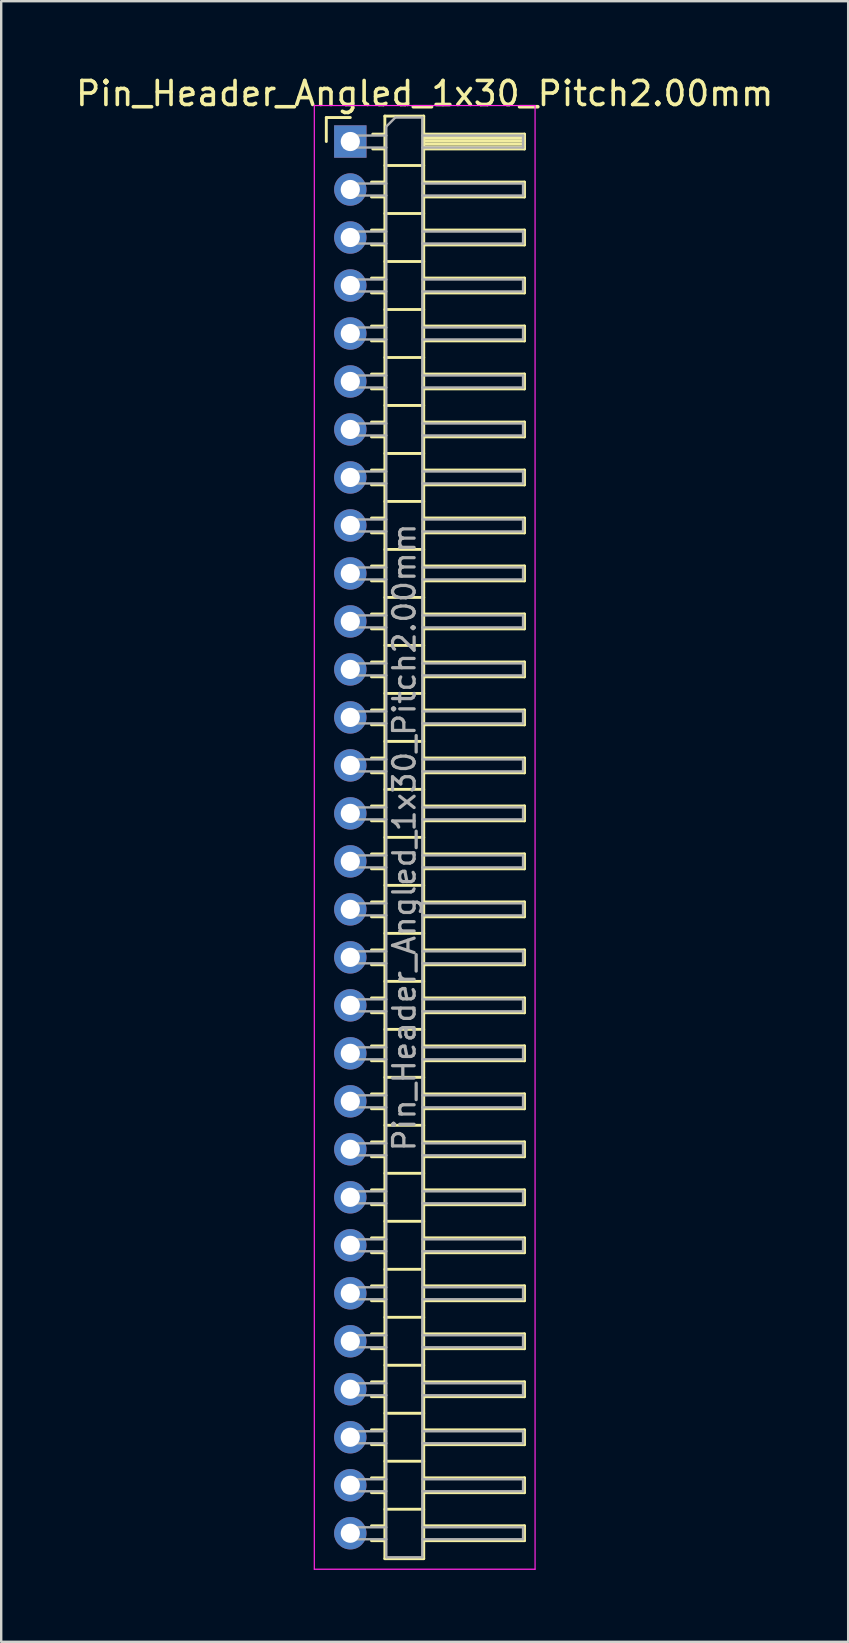
<source format=kicad_pcb>
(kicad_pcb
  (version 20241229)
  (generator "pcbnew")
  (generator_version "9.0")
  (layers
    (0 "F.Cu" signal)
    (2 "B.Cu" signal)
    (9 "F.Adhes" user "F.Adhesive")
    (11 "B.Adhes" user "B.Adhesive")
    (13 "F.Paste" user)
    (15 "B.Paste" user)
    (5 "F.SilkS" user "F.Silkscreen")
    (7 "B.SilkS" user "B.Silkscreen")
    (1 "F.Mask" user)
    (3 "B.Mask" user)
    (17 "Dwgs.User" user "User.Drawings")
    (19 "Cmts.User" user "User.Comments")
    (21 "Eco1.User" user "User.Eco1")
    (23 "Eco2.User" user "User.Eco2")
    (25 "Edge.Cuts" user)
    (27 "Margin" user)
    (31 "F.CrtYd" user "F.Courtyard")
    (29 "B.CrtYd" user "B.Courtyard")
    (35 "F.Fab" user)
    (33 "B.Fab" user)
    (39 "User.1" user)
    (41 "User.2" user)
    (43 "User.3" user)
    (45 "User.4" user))
  (footprint "Pin_Header_Angled_1x30_Pitch2.00mm"
    (layer "F.Cu")
    (at 11.549 2.848)
    (property "Reference" "Pin_Header_Angled_1x30_Pitch2.00mm" (at 3.1 -2 0) (layer "F.SilkS") (effects (font (size 1 1) (thickness 0.15))))
    (attr through_hole)
    (fp_line (start -1 -1) (end 0 -1) (stroke (width 0.12) (type solid)) (layer "F.SilkS"))
    (fp_line (start -1 0) (end -1 -1) (stroke (width 0.12) (type solid)) (layer "F.SilkS"))
    (fp_line (start 0.882 1.69) (end 1.44 1.69) (stroke (width 0.12) (type solid)) (layer "F.SilkS"))
    (fp_line (start 0.882 2.31) (end 1.44 2.31) (stroke (width 0.12) (type solid)) (layer "F.SilkS"))
    (fp_line (start 0.882 3.69) (end 1.44 3.69) (stroke (width 0.12) (type solid)) (layer "F.SilkS"))
    (fp_line (start 0.882 4.31) (end 1.44 4.31) (stroke (width 0.12) (type solid)) (layer "F.SilkS"))
    (fp_line (start 0.882 5.69) (end 1.44 5.69) (stroke (width 0.12) (type solid)) (layer "F.SilkS"))
    (fp_line (start 0.882 6.31) (end 1.44 6.31) (stroke (width 0.12) (type solid)) (layer "F.SilkS"))
    (fp_line (start 0.882 7.69) (end 1.44 7.69) (stroke (width 0.12) (type solid)) (layer "F.SilkS"))
    (fp_line (start 0.882 8.31) (end 1.44 8.31) (stroke (width 0.12) (type solid)) (layer "F.SilkS"))
    (fp_line (start 0.882 9.69) (end 1.44 9.69) (stroke (width 0.12) (type solid)) (layer "F.SilkS"))
    (fp_line (start 0.882 10.31) (end 1.44 10.31) (stroke (width 0.12) (type solid)) (layer "F.SilkS"))
    (fp_line (start 0.882 11.69) (end 1.44 11.69) (stroke (width 0.12) (type solid)) (layer "F.SilkS"))
    (fp_line (start 0.882 12.31) (end 1.44 12.31) (stroke (width 0.12) (type solid)) (layer "F.SilkS"))
    (fp_line (start 0.882 13.69) (end 1.44 13.69) (stroke (width 0.12) (type solid)) (layer "F.SilkS"))
    (fp_line (start 0.882 14.31) (end 1.44 14.31) (stroke (width 0.12) (type solid)) (layer "F.SilkS"))
    (fp_line (start 0.882 15.69) (end 1.44 15.69) (stroke (width 0.12) (type solid)) (layer "F.SilkS"))
    (fp_line (start 0.882 16.31) (end 1.44 16.31) (stroke (width 0.12) (type solid)) (layer "F.SilkS"))
    (fp_line (start 0.882 17.69) (end 1.44 17.69) (stroke (width 0.12) (type solid)) (layer "F.SilkS"))
    (fp_line (start 0.882 18.31) (end 1.44 18.31) (stroke (width 0.12) (type solid)) (layer "F.SilkS"))
    (fp_line (start 0.882 19.69) (end 1.44 19.69) (stroke (width 0.12) (type solid)) (layer "F.SilkS"))
    (fp_line (start 0.882 20.31) (end 1.44 20.31) (stroke (width 0.12) (type solid)) (layer "F.SilkS"))
    (fp_line (start 0.882 21.69) (end 1.44 21.69) (stroke (width 0.12) (type solid)) (layer "F.SilkS"))
    (fp_line (start 0.882 22.31) (end 1.44 22.31) (stroke (width 0.12) (type solid)) (layer "F.SilkS"))
    (fp_line (start 0.882 23.69) (end 1.44 23.69) (stroke (width 0.12) (type solid)) (layer "F.SilkS"))
    (fp_line (start 0.882 24.31) (end 1.44 24.31) (stroke (width 0.12) (type solid)) (layer "F.SilkS"))
    (fp_line (start 0.882 25.69) (end 1.44 25.69) (stroke (width 0.12) (type solid)) (layer "F.SilkS"))
    (fp_line (start 0.882 26.31) (end 1.44 26.31) (stroke (width 0.12) (type solid)) (layer "F.SilkS"))
    (fp_line (start 0.882 27.69) (end 1.44 27.69) (stroke (width 0.12) (type solid)) (layer "F.SilkS"))
    (fp_line (start 0.882 28.31) (end 1.44 28.31) (stroke (width 0.12) (type solid)) (layer "F.SilkS"))
    (fp_line (start 0.882 29.69) (end 1.44 29.69) (stroke (width 0.12) (type solid)) (layer "F.SilkS"))
    (fp_line (start 0.882 30.31) (end 1.44 30.31) (stroke (width 0.12) (type solid)) (layer "F.SilkS"))
    (fp_line (start 0.882 31.69) (end 1.44 31.69) (stroke (width 0.12) (type solid)) (layer "F.SilkS"))
    (fp_line (start 0.882 32.31) (end 1.44 32.31) (stroke (width 0.12) (type solid)) (layer "F.SilkS"))
    (fp_line (start 0.882 33.69) (end 1.44 33.69) (stroke (width 0.12) (type solid)) (layer "F.SilkS"))
    (fp_line (start 0.882 34.31) (end 1.44 34.31) (stroke (width 0.12) (type solid)) (layer "F.SilkS"))
    (fp_line (start 0.882 35.69) (end 1.44 35.69) (stroke (width 0.12) (type solid)) (layer "F.SilkS"))
    (fp_line (start 0.882 36.31) (end 1.44 36.31) (stroke (width 0.12) (type solid)) (layer "F.SilkS"))
    (fp_line (start 0.882 37.69) (end 1.44 37.69) (stroke (width 0.12) (type solid)) (layer "F.SilkS"))
    (fp_line (start 0.882 38.31) (end 1.44 38.31) (stroke (width 0.12) (type solid)) (layer "F.SilkS"))
    (fp_line (start 0.882 39.69) (end 1.44 39.69) (stroke (width 0.12) (type solid)) (layer "F.SilkS"))
    (fp_line (start 0.882 40.31) (end 1.44 40.31) (stroke (width 0.12) (type solid)) (layer "F.SilkS"))
    (fp_line (start 0.882 41.69) (end 1.44 41.69) (stroke (width 0.12) (type solid)) (layer "F.SilkS"))
    (fp_line (start 0.882 42.31) (end 1.44 42.31) (stroke (width 0.12) (type solid)) (layer "F.SilkS"))
    (fp_line (start 0.882 43.69) (end 1.44 43.69) (stroke (width 0.12) (type solid)) (layer "F.SilkS"))
    (fp_line (start 0.882 44.31) (end 1.44 44.31) (stroke (width 0.12) (type solid)) (layer "F.SilkS"))
    (fp_line (start 0.882 45.69) (end 1.44 45.69) (stroke (width 0.12) (type solid)) (layer "F.SilkS"))
    (fp_line (start 0.882 46.31) (end 1.44 46.31) (stroke (width 0.12) (type solid)) (layer "F.SilkS"))
    (fp_line (start 0.882 47.69) (end 1.44 47.69) (stroke (width 0.12) (type solid)) (layer "F.SilkS"))
    (fp_line (start 0.882 48.31) (end 1.44 48.31) (stroke (width 0.12) (type solid)) (layer "F.SilkS"))
    (fp_line (start 0.882 49.69) (end 1.44 49.69) (stroke (width 0.12) (type solid)) (layer "F.SilkS"))
    (fp_line (start 0.882 50.31) (end 1.44 50.31) (stroke (width 0.12) (type solid)) (layer "F.SilkS"))
    (fp_line (start 0.882 51.69) (end 1.44 51.69) (stroke (width 0.12) (type solid)) (layer "F.SilkS"))
    (fp_line (start 0.882 52.31) (end 1.44 52.31) (stroke (width 0.12) (type solid)) (layer "F.SilkS"))
    (fp_line (start 0.882 53.69) (end 1.44 53.69) (stroke (width 0.12) (type solid)) (layer "F.SilkS"))
    (fp_line (start 0.882 54.31) (end 1.44 54.31) (stroke (width 0.12) (type solid)) (layer "F.SilkS"))
    (fp_line (start 0.882 55.69) (end 1.44 55.69) (stroke (width 0.12) (type solid)) (layer "F.SilkS"))
    (fp_line (start 0.882 56.31) (end 1.44 56.31) (stroke (width 0.12) (type solid)) (layer "F.SilkS"))
    (fp_line (start 0.882 57.69) (end 1.44 57.69) (stroke (width 0.12) (type solid)) (layer "F.SilkS"))
    (fp_line (start 0.882 58.31) (end 1.44 58.31) (stroke (width 0.12) (type solid)) (layer "F.SilkS"))
    (fp_line (start 0.935 -0.31) (end 1.44 -0.31) (stroke (width 0.12) (type solid)) (layer "F.SilkS"))
    (fp_line (start 0.935 0.31) (end 1.44 0.31) (stroke (width 0.12) (type solid)) (layer "F.SilkS"))
    (fp_line (start 1.44 -1.06) (end 1.44 59.06) (stroke (width 0.12) (type solid)) (layer "F.SilkS"))
    (fp_line (start 1.44 1) (end 3.06 1) (stroke (width 0.12) (type solid)) (layer "F.SilkS"))
    (fp_line (start 1.44 3) (end 3.06 3) (stroke (width 0.12) (type solid)) (layer "F.SilkS"))
    (fp_line (start 1.44 5) (end 3.06 5) (stroke (width 0.12) (type solid)) (layer "F.SilkS"))
    (fp_line (start 1.44 7) (end 3.06 7) (stroke (width 0.12) (type solid)) (layer "F.SilkS"))
    (fp_line (start 1.44 9) (end 3.06 9) (stroke (width 0.12) (type solid)) (layer "F.SilkS"))
    (fp_line (start 1.44 11) (end 3.06 11) (stroke (width 0.12) (type solid)) (layer "F.SilkS"))
    (fp_line (start 1.44 13) (end 3.06 13) (stroke (width 0.12) (type solid)) (layer "F.SilkS"))
    (fp_line (start 1.44 15) (end 3.06 15) (stroke (width 0.12) (type solid)) (layer "F.SilkS"))
    (fp_line (start 1.44 17) (end 3.06 17) (stroke (width 0.12) (type solid)) (layer "F.SilkS"))
    (fp_line (start 1.44 19) (end 3.06 19) (stroke (width 0.12) (type solid)) (layer "F.SilkS"))
    (fp_line (start 1.44 21) (end 3.06 21) (stroke (width 0.12) (type solid)) (layer "F.SilkS"))
    (fp_line (start 1.44 23) (end 3.06 23) (stroke (width 0.12) (type solid)) (layer "F.SilkS"))
    (fp_line (start 1.44 25) (end 3.06 25) (stroke (width 0.12) (type solid)) (layer "F.SilkS"))
    (fp_line (start 1.44 27) (end 3.06 27) (stroke (width 0.12) (type solid)) (layer "F.SilkS"))
    (fp_line (start 1.44 29) (end 3.06 29) (stroke (width 0.12) (type solid)) (layer "F.SilkS"))
    (fp_line (start 1.44 31) (end 3.06 31) (stroke (width 0.12) (type solid)) (layer "F.SilkS"))
    (fp_line (start 1.44 33) (end 3.06 33) (stroke (width 0.12) (type solid)) (layer "F.SilkS"))
    (fp_line (start 1.44 35) (end 3.06 35) (stroke (width 0.12) (type solid)) (layer "F.SilkS"))
    (fp_line (start 1.44 37) (end 3.06 37) (stroke (width 0.12) (type solid)) (layer "F.SilkS"))
    (fp_line (start 1.44 39) (end 3.06 39) (stroke (width 0.12) (type solid)) (layer "F.SilkS"))
    (fp_line (start 1.44 41) (end 3.06 41) (stroke (width 0.12) (type solid)) (layer "F.SilkS"))
    (fp_line (start 1.44 43) (end 3.06 43) (stroke (width 0.12) (type solid)) (layer "F.SilkS"))
    (fp_line (start 1.44 45) (end 3.06 45) (stroke (width 0.12) (type solid)) (layer "F.SilkS"))
    (fp_line (start 1.44 47) (end 3.06 47) (stroke (width 0.12) (type solid)) (layer "F.SilkS"))
    (fp_line (start 1.44 49) (end 3.06 49) (stroke (width 0.12) (type solid)) (layer "F.SilkS"))
    (fp_line (start 1.44 51) (end 3.06 51) (stroke (width 0.12) (type solid)) (layer "F.SilkS"))
    (fp_line (start 1.44 53) (end 3.06 53) (stroke (width 0.12) (type solid)) (layer "F.SilkS"))
    (fp_line (start 1.44 55) (end 3.06 55) (stroke (width 0.12) (type solid)) (layer "F.SilkS"))
    (fp_line (start 1.44 57) (end 3.06 57) (stroke (width 0.12) (type solid)) (layer "F.SilkS"))
    (fp_line (start 1.44 59.06) (end 3.06 59.06) (stroke (width 0.12) (type solid)) (layer "F.SilkS"))
    (fp_line (start 3.06 -1.06) (end 1.44 -1.06) (stroke (width 0.12) (type solid)) (layer "F.SilkS"))
    (fp_line (start 3.06 -0.31) (end 7.26 -0.31) (stroke (width 0.12) (type solid)) (layer "F.SilkS"))
    (fp_line (start 3.06 -0.25) (end 7.26 -0.25) (stroke (width 0.12) (type solid)) (layer "F.SilkS"))
    (fp_line (start 3.06 -0.13) (end 7.26 -0.13) (stroke (width 0.12) (type solid)) (layer "F.SilkS"))
    (fp_line (start 3.06 -0.01) (end 7.26 -0.01) (stroke (width 0.12) (type solid)) (layer "F.SilkS"))
    (fp_line (start 3.06 0.11) (end 7.26 0.11) (stroke (width 0.12) (type solid)) (layer "F.SilkS"))
    (fp_line (start 3.06 0.23) (end 7.26 0.23) (stroke (width 0.12) (type solid)) (layer "F.SilkS"))
    (fp_line (start 3.06 1.69) (end 7.26 1.69) (stroke (width 0.12) (type solid)) (layer "F.SilkS"))
    (fp_line (start 3.06 3.69) (end 7.26 3.69) (stroke (width 0.12) (type solid)) (layer "F.SilkS"))
    (fp_line (start 3.06 5.69) (end 7.26 5.69) (stroke (width 0.12) (type solid)) (layer "F.SilkS"))
    (fp_line (start 3.06 7.69) (end 7.26 7.69) (stroke (width 0.12) (type solid)) (layer "F.SilkS"))
    (fp_line (start 3.06 9.69) (end 7.26 9.69) (stroke (width 0.12) (type solid)) (layer "F.SilkS"))
    (fp_line (start 3.06 11.69) (end 7.26 11.69) (stroke (width 0.12) (type solid)) (layer "F.SilkS"))
    (fp_line (start 3.06 13.69) (end 7.26 13.69) (stroke (width 0.12) (type solid)) (layer "F.SilkS"))
    (fp_line (start 3.06 15.69) (end 7.26 15.69) (stroke (width 0.12) (type solid)) (layer "F.SilkS"))
    (fp_line (start 3.06 17.69) (end 7.26 17.69) (stroke (width 0.12) (type solid)) (layer "F.SilkS"))
    (fp_line (start 3.06 19.69) (end 7.26 19.69) (stroke (width 0.12) (type solid)) (layer "F.SilkS"))
    (fp_line (start 3.06 21.69) (end 7.26 21.69) (stroke (width 0.12) (type solid)) (layer "F.SilkS"))
    (fp_line (start 3.06 23.69) (end 7.26 23.69) (stroke (width 0.12) (type solid)) (layer "F.SilkS"))
    (fp_line (start 3.06 25.69) (end 7.26 25.69) (stroke (width 0.12) (type solid)) (layer "F.SilkS"))
    (fp_line (start 3.06 27.69) (end 7.26 27.69) (stroke (width 0.12) (type solid)) (layer "F.SilkS"))
    (fp_line (start 3.06 29.69) (end 7.26 29.69) (stroke (width 0.12) (type solid)) (layer "F.SilkS"))
    (fp_line (start 3.06 31.69) (end 7.26 31.69) (stroke (width 0.12) (type solid)) (layer "F.SilkS"))
    (fp_line (start 3.06 33.69) (end 7.26 33.69) (stroke (width 0.12) (type solid)) (layer "F.SilkS"))
    (fp_line (start 3.06 35.69) (end 7.26 35.69) (stroke (width 0.12) (type solid)) (layer "F.SilkS"))
    (fp_line (start 3.06 37.69) (end 7.26 37.69) (stroke (width 0.12) (type solid)) (layer "F.SilkS"))
    (fp_line (start 3.06 39.69) (end 7.26 39.69) (stroke (width 0.12) (type solid)) (layer "F.SilkS"))
    (fp_line (start 3.06 41.69) (end 7.26 41.69) (stroke (width 0.12) (type solid)) (layer "F.SilkS"))
    (fp_line (start 3.06 43.69) (end 7.26 43.69) (stroke (width 0.12) (type solid)) (layer "F.SilkS"))
    (fp_line (start 3.06 45.69) (end 7.26 45.69) (stroke (width 0.12) (type solid)) (layer "F.SilkS"))
    (fp_line (start 3.06 47.69) (end 7.26 47.69) (stroke (width 0.12) (type solid)) (layer "F.SilkS"))
    (fp_line (start 3.06 49.69) (end 7.26 49.69) (stroke (width 0.12) (type solid)) (layer "F.SilkS"))
    (fp_line (start 3.06 51.69) (end 7.26 51.69) (stroke (width 0.12) (type solid)) (layer "F.SilkS"))
    (fp_line (start 3.06 53.69) (end 7.26 53.69) (stroke (width 0.12) (type solid)) (layer "F.SilkS"))
    (fp_line (start 3.06 55.69) (end 7.26 55.69) (stroke (width 0.12) (type solid)) (layer "F.SilkS"))
    (fp_line (start 3.06 57.69) (end 7.26 57.69) (stroke (width 0.12) (type solid)) (layer "F.SilkS"))
    (fp_line (start 3.06 59.06) (end 3.06 -1.06) (stroke (width 0.12) (type solid)) (layer "F.SilkS"))
    (fp_line (start 7.26 -0.31) (end 7.26 0.31) (stroke (width 0.12) (type solid)) (layer "F.SilkS"))
    (fp_line (start 7.26 0.31) (end 3.06 0.31) (stroke (width 0.12) (type solid)) (layer "F.SilkS"))
    (fp_line (start 7.26 1.69) (end 7.26 2.31) (stroke (width 0.12) (type solid)) (layer "F.SilkS"))
    (fp_line (start 7.26 2.31) (end 3.06 2.31) (stroke (width 0.12) (type solid)) (layer "F.SilkS"))
    (fp_line (start 7.26 3.69) (end 7.26 4.31) (stroke (width 0.12) (type solid)) (layer "F.SilkS"))
    (fp_line (start 7.26 4.31) (end 3.06 4.31) (stroke (width 0.12) (type solid)) (layer "F.SilkS"))
    (fp_line (start 7.26 5.69) (end 7.26 6.31) (stroke (width 0.12) (type solid)) (layer "F.SilkS"))
    (fp_line (start 7.26 6.31) (end 3.06 6.31) (stroke (width 0.12) (type solid)) (layer "F.SilkS"))
    (fp_line (start 7.26 7.69) (end 7.26 8.31) (stroke (width 0.12) (type solid)) (layer "F.SilkS"))
    (fp_line (start 7.26 8.31) (end 3.06 8.31) (stroke (width 0.12) (type solid)) (layer "F.SilkS"))
    (fp_line (start 7.26 9.69) (end 7.26 10.31) (stroke (width 0.12) (type solid)) (layer "F.SilkS"))
    (fp_line (start 7.26 10.31) (end 3.06 10.31) (stroke (width 0.12) (type solid)) (layer "F.SilkS"))
    (fp_line (start 7.26 11.69) (end 7.26 12.31) (stroke (width 0.12) (type solid)) (layer "F.SilkS"))
    (fp_line (start 7.26 12.31) (end 3.06 12.31) (stroke (width 0.12) (type solid)) (layer "F.SilkS"))
    (fp_line (start 7.26 13.69) (end 7.26 14.31) (stroke (width 0.12) (type solid)) (layer "F.SilkS"))
    (fp_line (start 7.26 14.31) (end 3.06 14.31) (stroke (width 0.12) (type solid)) (layer "F.SilkS"))
    (fp_line (start 7.26 15.69) (end 7.26 16.31) (stroke (width 0.12) (type solid)) (layer "F.SilkS"))
    (fp_line (start 7.26 16.31) (end 3.06 16.31) (stroke (width 0.12) (type solid)) (layer "F.SilkS"))
    (fp_line (start 7.26 17.69) (end 7.26 18.31) (stroke (width 0.12) (type solid)) (layer "F.SilkS"))
    (fp_line (start 7.26 18.31) (end 3.06 18.31) (stroke (width 0.12) (type solid)) (layer "F.SilkS"))
    (fp_line (start 7.26 19.69) (end 7.26 20.31) (stroke (width 0.12) (type solid)) (layer "F.SilkS"))
    (fp_line (start 7.26 20.31) (end 3.06 20.31) (stroke (width 0.12) (type solid)) (layer "F.SilkS"))
    (fp_line (start 7.26 21.69) (end 7.26 22.31) (stroke (width 0.12) (type solid)) (layer "F.SilkS"))
    (fp_line (start 7.26 22.31) (end 3.06 22.31) (stroke (width 0.12) (type solid)) (layer "F.SilkS"))
    (fp_line (start 7.26 23.69) (end 7.26 24.31) (stroke (width 0.12) (type solid)) (layer "F.SilkS"))
    (fp_line (start 7.26 24.31) (end 3.06 24.31) (stroke (width 0.12) (type solid)) (layer "F.SilkS"))
    (fp_line (start 7.26 25.69) (end 7.26 26.31) (stroke (width 0.12) (type solid)) (layer "F.SilkS"))
    (fp_line (start 7.26 26.31) (end 3.06 26.31) (stroke (width 0.12) (type solid)) (layer "F.SilkS"))
    (fp_line (start 7.26 27.69) (end 7.26 28.31) (stroke (width 0.12) (type solid)) (layer "F.SilkS"))
    (fp_line (start 7.26 28.31) (end 3.06 28.31) (stroke (width 0.12) (type solid)) (layer "F.SilkS"))
    (fp_line (start 7.26 29.69) (end 7.26 30.31) (stroke (width 0.12) (type solid)) (layer "F.SilkS"))
    (fp_line (start 7.26 30.31) (end 3.06 30.31) (stroke (width 0.12) (type solid)) (layer "F.SilkS"))
    (fp_line (start 7.26 31.69) (end 7.26 32.31) (stroke (width 0.12) (type solid)) (layer "F.SilkS"))
    (fp_line (start 7.26 32.31) (end 3.06 32.31) (stroke (width 0.12) (type solid)) (layer "F.SilkS"))
    (fp_line (start 7.26 33.69) (end 7.26 34.31) (stroke (width 0.12) (type solid)) (layer "F.SilkS"))
    (fp_line (start 7.26 34.31) (end 3.06 34.31) (stroke (width 0.12) (type solid)) (layer "F.SilkS"))
    (fp_line (start 7.26 35.69) (end 7.26 36.31) (stroke (width 0.12) (type solid)) (layer "F.SilkS"))
    (fp_line (start 7.26 36.31) (end 3.06 36.31) (stroke (width 0.12) (type solid)) (layer "F.SilkS"))
    (fp_line (start 7.26 37.69) (end 7.26 38.31) (stroke (width 0.12) (type solid)) (layer "F.SilkS"))
    (fp_line (start 7.26 38.31) (end 3.06 38.31) (stroke (width 0.12) (type solid)) (layer "F.SilkS"))
    (fp_line (start 7.26 39.69) (end 7.26 40.31) (stroke (width 0.12) (type solid)) (layer "F.SilkS"))
    (fp_line (start 7.26 40.31) (end 3.06 40.31) (stroke (width 0.12) (type solid)) (layer "F.SilkS"))
    (fp_line (start 7.26 41.69) (end 7.26 42.31) (stroke (width 0.12) (type solid)) (layer "F.SilkS"))
    (fp_line (start 7.26 42.31) (end 3.06 42.31) (stroke (width 0.12) (type solid)) (layer "F.SilkS"))
    (fp_line (start 7.26 43.69) (end 7.26 44.31) (stroke (width 0.12) (type solid)) (layer "F.SilkS"))
    (fp_line (start 7.26 44.31) (end 3.06 44.31) (stroke (width 0.12) (type solid)) (layer "F.SilkS"))
    (fp_line (start 7.26 45.69) (end 7.26 46.31) (stroke (width 0.12) (type solid)) (layer "F.SilkS"))
    (fp_line (start 7.26 46.31) (end 3.06 46.31) (stroke (width 0.12) (type solid)) (layer "F.SilkS"))
    (fp_line (start 7.26 47.69) (end 7.26 48.31) (stroke (width 0.12) (type solid)) (layer "F.SilkS"))
    (fp_line (start 7.26 48.31) (end 3.06 48.31) (stroke (width 0.12) (type solid)) (layer "F.SilkS"))
    (fp_line (start 7.26 49.69) (end 7.26 50.31) (stroke (width 0.12) (type solid)) (layer "F.SilkS"))
    (fp_line (start 7.26 50.31) (end 3.06 50.31) (stroke (width 0.12) (type solid)) (layer "F.SilkS"))
    (fp_line (start 7.26 51.69) (end 7.26 52.31) (stroke (width 0.12) (type solid)) (layer "F.SilkS"))
    (fp_line (start 7.26 52.31) (end 3.06 52.31) (stroke (width 0.12) (type solid)) (layer "F.SilkS"))
    (fp_line (start 7.26 53.69) (end 7.26 54.31) (stroke (width 0.12) (type solid)) (layer "F.SilkS"))
    (fp_line (start 7.26 54.31) (end 3.06 54.31) (stroke (width 0.12) (type solid)) (layer "F.SilkS"))
    (fp_line (start 7.26 55.69) (end 7.26 56.31) (stroke (width 0.12) (type solid)) (layer "F.SilkS"))
    (fp_line (start 7.26 56.31) (end 3.06 56.31) (stroke (width 0.12) (type solid)) (layer "F.SilkS"))
    (fp_line (start 7.26 57.69) (end 7.26 58.31) (stroke (width 0.12) (type solid)) (layer "F.SilkS"))
    (fp_line (start 7.26 58.31) (end 3.06 58.31) (stroke (width 0.12) (type solid)) (layer "F.SilkS"))
    (fp_line (start -1.5 -1.5) (end -1.5 59.5) (stroke (width 0.05) (type solid)) (layer "F.CrtYd"))
    (fp_line (start -1.5 59.5) (end 7.7 59.5) (stroke (width 0.05) (type solid)) (layer "F.CrtYd"))
    (fp_line (start 7.7 -1.5) (end -1.5 -1.5) (stroke (width 0.05) (type solid)) (layer "F.CrtYd"))
    (fp_line (start 7.7 59.5) (end 7.7 -1.5) (stroke (width 0.05) (type solid)) (layer "F.CrtYd"))
    (fp_line (start -0.25 -0.25) (end -0.25 0.25) (stroke (width 0.1) (type solid)) (layer "F.Fab"))
    (fp_line (start -0.25 -0.25) (end 1.5 -0.25) (stroke (width 0.1) (type solid)) (layer "F.Fab"))
    (fp_line (start -0.25 0.25) (end 1.5 0.25) (stroke (width 0.1) (type solid)) (layer "F.Fab"))
    (fp_line (start -0.25 1.75) (end -0.25 2.25) (stroke (width 0.1) (type solid)) (layer "F.Fab"))
    (fp_line (start -0.25 1.75) (end 1.5 1.75) (stroke (width 0.1) (type solid)) (layer "F.Fab"))
    (fp_line (start -0.25 2.25) (end 1.5 2.25) (stroke (width 0.1) (type solid)) (layer "F.Fab"))
    (fp_line (start -0.25 3.75) (end -0.25 4.25) (stroke (width 0.1) (type solid)) (layer "F.Fab"))
    (fp_line (start -0.25 3.75) (end 1.5 3.75) (stroke (width 0.1) (type solid)) (layer "F.Fab"))
    (fp_line (start -0.25 4.25) (end 1.5 4.25) (stroke (width 0.1) (type solid)) (layer "F.Fab"))
    (fp_line (start -0.25 5.75) (end -0.25 6.25) (stroke (width 0.1) (type solid)) (layer "F.Fab"))
    (fp_line (start -0.25 5.75) (end 1.5 5.75) (stroke (width 0.1) (type solid)) (layer "F.Fab"))
    (fp_line (start -0.25 6.25) (end 1.5 6.25) (stroke (width 0.1) (type solid)) (layer "F.Fab"))
    (fp_line (start -0.25 7.75) (end -0.25 8.25) (stroke (width 0.1) (type solid)) (layer "F.Fab"))
    (fp_line (start -0.25 7.75) (end 1.5 7.75) (stroke (width 0.1) (type solid)) (layer "F.Fab"))
    (fp_line (start -0.25 8.25) (end 1.5 8.25) (stroke (width 0.1) (type solid)) (layer "F.Fab"))
    (fp_line (start -0.25 9.75) (end -0.25 10.25) (stroke (width 0.1) (type solid)) (layer "F.Fab"))
    (fp_line (start -0.25 9.75) (end 1.5 9.75) (stroke (width 0.1) (type solid)) (layer "F.Fab"))
    (fp_line (start -0.25 10.25) (end 1.5 10.25) (stroke (width 0.1) (type solid)) (layer "F.Fab"))
    (fp_line (start -0.25 11.75) (end -0.25 12.25) (stroke (width 0.1) (type solid)) (layer "F.Fab"))
    (fp_line (start -0.25 11.75) (end 1.5 11.75) (stroke (width 0.1) (type solid)) (layer "F.Fab"))
    (fp_line (start -0.25 12.25) (end 1.5 12.25) (stroke (width 0.1) (type solid)) (layer "F.Fab"))
    (fp_line (start -0.25 13.75) (end -0.25 14.25) (stroke (width 0.1) (type solid)) (layer "F.Fab"))
    (fp_line (start -0.25 13.75) (end 1.5 13.75) (stroke (width 0.1) (type solid)) (layer "F.Fab"))
    (fp_line (start -0.25 14.25) (end 1.5 14.25) (stroke (width 0.1) (type solid)) (layer "F.Fab"))
    (fp_line (start -0.25 15.75) (end -0.25 16.25) (stroke (width 0.1) (type solid)) (layer "F.Fab"))
    (fp_line (start -0.25 15.75) (end 1.5 15.75) (stroke (width 0.1) (type solid)) (layer "F.Fab"))
    (fp_line (start -0.25 16.25) (end 1.5 16.25) (stroke (width 0.1) (type solid)) (layer "F.Fab"))
    (fp_line (start -0.25 17.75) (end -0.25 18.25) (stroke (width 0.1) (type solid)) (layer "F.Fab"))
    (fp_line (start -0.25 17.75) (end 1.5 17.75) (stroke (width 0.1) (type solid)) (layer "F.Fab"))
    (fp_line (start -0.25 18.25) (end 1.5 18.25) (stroke (width 0.1) (type solid)) (layer "F.Fab"))
    (fp_line (start -0.25 19.75) (end -0.25 20.25) (stroke (width 0.1) (type solid)) (layer "F.Fab"))
    (fp_line (start -0.25 19.75) (end 1.5 19.75) (stroke (width 0.1) (type solid)) (layer "F.Fab"))
    (fp_line (start -0.25 20.25) (end 1.5 20.25) (stroke (width 0.1) (type solid)) (layer "F.Fab"))
    (fp_line (start -0.25 21.75) (end -0.25 22.25) (stroke (width 0.1) (type solid)) (layer "F.Fab"))
    (fp_line (start -0.25 21.75) (end 1.5 21.75) (stroke (width 0.1) (type solid)) (layer "F.Fab"))
    (fp_line (start -0.25 22.25) (end 1.5 22.25) (stroke (width 0.1) (type solid)) (layer "F.Fab"))
    (fp_line (start -0.25 23.75) (end -0.25 24.25) (stroke (width 0.1) (type solid)) (layer "F.Fab"))
    (fp_line (start -0.25 23.75) (end 1.5 23.75) (stroke (width 0.1) (type solid)) (layer "F.Fab"))
    (fp_line (start -0.25 24.25) (end 1.5 24.25) (stroke (width 0.1) (type solid)) (layer "F.Fab"))
    (fp_line (start -0.25 25.75) (end -0.25 26.25) (stroke (width 0.1) (type solid)) (layer "F.Fab"))
    (fp_line (start -0.25 25.75) (end 1.5 25.75) (stroke (width 0.1) (type solid)) (layer "F.Fab"))
    (fp_line (start -0.25 26.25) (end 1.5 26.25) (stroke (width 0.1) (type solid)) (layer "F.Fab"))
    (fp_line (start -0.25 27.75) (end -0.25 28.25) (stroke (width 0.1) (type solid)) (layer "F.Fab"))
    (fp_line (start -0.25 27.75) (end 1.5 27.75) (stroke (width 0.1) (type solid)) (layer "F.Fab"))
    (fp_line (start -0.25 28.25) (end 1.5 28.25) (stroke (width 0.1) (type solid)) (layer "F.Fab"))
    (fp_line (start -0.25 29.75) (end -0.25 30.25) (stroke (width 0.1) (type solid)) (layer "F.Fab"))
    (fp_line (start -0.25 29.75) (end 1.5 29.75) (stroke (width 0.1) (type solid)) (layer "F.Fab"))
    (fp_line (start -0.25 30.25) (end 1.5 30.25) (stroke (width 0.1) (type solid)) (layer "F.Fab"))
    (fp_line (start -0.25 31.75) (end -0.25 32.25) (stroke (width 0.1) (type solid)) (layer "F.Fab"))
    (fp_line (start -0.25 31.75) (end 1.5 31.75) (stroke (width 0.1) (type solid)) (layer "F.Fab"))
    (fp_line (start -0.25 32.25) (end 1.5 32.25) (stroke (width 0.1) (type solid)) (layer "F.Fab"))
    (fp_line (start -0.25 33.75) (end -0.25 34.25) (stroke (width 0.1) (type solid)) (layer "F.Fab"))
    (fp_line (start -0.25 33.75) (end 1.5 33.75) (stroke (width 0.1) (type solid)) (layer "F.Fab"))
    (fp_line (start -0.25 34.25) (end 1.5 34.25) (stroke (width 0.1) (type solid)) (layer "F.Fab"))
    (fp_line (start -0.25 35.75) (end -0.25 36.25) (stroke (width 0.1) (type solid)) (layer "F.Fab"))
    (fp_line (start -0.25 35.75) (end 1.5 35.75) (stroke (width 0.1) (type solid)) (layer "F.Fab"))
    (fp_line (start -0.25 36.25) (end 1.5 36.25) (stroke (width 0.1) (type solid)) (layer "F.Fab"))
    (fp_line (start -0.25 37.75) (end -0.25 38.25) (stroke (width 0.1) (type solid)) (layer "F.Fab"))
    (fp_line (start -0.25 37.75) (end 1.5 37.75) (stroke (width 0.1) (type solid)) (layer "F.Fab"))
    (fp_line (start -0.25 38.25) (end 1.5 38.25) (stroke (width 0.1) (type solid)) (layer "F.Fab"))
    (fp_line (start -0.25 39.75) (end -0.25 40.25) (stroke (width 0.1) (type solid)) (layer "F.Fab"))
    (fp_line (start -0.25 39.75) (end 1.5 39.75) (stroke (width 0.1) (type solid)) (layer "F.Fab"))
    (fp_line (start -0.25 40.25) (end 1.5 40.25) (stroke (width 0.1) (type solid)) (layer "F.Fab"))
    (fp_line (start -0.25 41.75) (end -0.25 42.25) (stroke (width 0.1) (type solid)) (layer "F.Fab"))
    (fp_line (start -0.25 41.75) (end 1.5 41.75) (stroke (width 0.1) (type solid)) (layer "F.Fab"))
    (fp_line (start -0.25 42.25) (end 1.5 42.25) (stroke (width 0.1) (type solid)) (layer "F.Fab"))
    (fp_line (start -0.25 43.75) (end -0.25 44.25) (stroke (width 0.1) (type solid)) (layer "F.Fab"))
    (fp_line (start -0.25 43.75) (end 1.5 43.75) (stroke (width 0.1) (type solid)) (layer "F.Fab"))
    (fp_line (start -0.25 44.25) (end 1.5 44.25) (stroke (width 0.1) (type solid)) (layer "F.Fab"))
    (fp_line (start -0.25 45.75) (end -0.25 46.25) (stroke (width 0.1) (type solid)) (layer "F.Fab"))
    (fp_line (start -0.25 45.75) (end 1.5 45.75) (stroke (width 0.1) (type solid)) (layer "F.Fab"))
    (fp_line (start -0.25 46.25) (end 1.5 46.25) (stroke (width 0.1) (type solid)) (layer "F.Fab"))
    (fp_line (start -0.25 47.75) (end -0.25 48.25) (stroke (width 0.1) (type solid)) (layer "F.Fab"))
    (fp_line (start -0.25 47.75) (end 1.5 47.75) (stroke (width 0.1) (type solid)) (layer "F.Fab"))
    (fp_line (start -0.25 48.25) (end 1.5 48.25) (stroke (width 0.1) (type solid)) (layer "F.Fab"))
    (fp_line (start -0.25 49.75) (end -0.25 50.25) (stroke (width 0.1) (type solid)) (layer "F.Fab"))
    (fp_line (start -0.25 49.75) (end 1.5 49.75) (stroke (width 0.1) (type solid)) (layer "F.Fab"))
    (fp_line (start -0.25 50.25) (end 1.5 50.25) (stroke (width 0.1) (type solid)) (layer "F.Fab"))
    (fp_line (start -0.25 51.75) (end -0.25 52.25) (stroke (width 0.1) (type solid)) (layer "F.Fab"))
    (fp_line (start -0.25 51.75) (end 1.5 51.75) (stroke (width 0.1) (type solid)) (layer "F.Fab"))
    (fp_line (start -0.25 52.25) (end 1.5 52.25) (stroke (width 0.1) (type solid)) (layer "F.Fab"))
    (fp_line (start -0.25 53.75) (end -0.25 54.25) (stroke (width 0.1) (type solid)) (layer "F.Fab"))
    (fp_line (start -0.25 53.75) (end 1.5 53.75) (stroke (width 0.1) (type solid)) (layer "F.Fab"))
    (fp_line (start -0.25 54.25) (end 1.5 54.25) (stroke (width 0.1) (type solid)) (layer "F.Fab"))
    (fp_line (start -0.25 55.75) (end -0.25 56.25) (stroke (width 0.1) (type solid)) (layer "F.Fab"))
    (fp_line (start -0.25 55.75) (end 1.5 55.75) (stroke (width 0.1) (type solid)) (layer "F.Fab"))
    (fp_line (start -0.25 56.25) (end 1.5 56.25) (stroke (width 0.1) (type solid)) (layer "F.Fab"))
    (fp_line (start -0.25 57.75) (end -0.25 58.25) (stroke (width 0.1) (type solid)) (layer "F.Fab"))
    (fp_line (start -0.25 57.75) (end 1.5 57.75) (stroke (width 0.1) (type solid)) (layer "F.Fab"))
    (fp_line (start -0.25 58.25) (end 1.5 58.25) (stroke (width 0.1) (type solid)) (layer "F.Fab"))
    (fp_line (start 1.5 -0.625) (end 1.875 -1) (stroke (width 0.1) (type solid)) (layer "F.Fab"))
    (fp_line (start 1.5 59) (end 1.5 -0.625) (stroke (width 0.1) (type solid)) (layer "F.Fab"))
    (fp_line (start 1.875 -1) (end 3 -1) (stroke (width 0.1) (type solid)) (layer "F.Fab"))
    (fp_line (start 3 -1) (end 3 59) (stroke (width 0.1) (type solid)) (layer "F.Fab"))
    (fp_line (start 3 -0.25) (end 7.2 -0.25) (stroke (width 0.1) (type solid)) (layer "F.Fab"))
    (fp_line (start 3 0.25) (end 7.2 0.25) (stroke (width 0.1) (type solid)) (layer "F.Fab"))
    (fp_line (start 3 1.75) (end 7.2 1.75) (stroke (width 0.1) (type solid)) (layer "F.Fab"))
    (fp_line (start 3 2.25) (end 7.2 2.25) (stroke (width 0.1) (type solid)) (layer "F.Fab"))
    (fp_line (start 3 3.75) (end 7.2 3.75) (stroke (width 0.1) (type solid)) (layer "F.Fab"))
    (fp_line (start 3 4.25) (end 7.2 4.25) (stroke (width 0.1) (type solid)) (layer "F.Fab"))
    (fp_line (start 3 5.75) (end 7.2 5.75) (stroke (width 0.1) (type solid)) (layer "F.Fab"))
    (fp_line (start 3 6.25) (end 7.2 6.25) (stroke (width 0.1) (type solid)) (layer "F.Fab"))
    (fp_line (start 3 7.75) (end 7.2 7.75) (stroke (width 0.1) (type solid)) (layer "F.Fab"))
    (fp_line (start 3 8.25) (end 7.2 8.25) (stroke (width 0.1) (type solid)) (layer "F.Fab"))
    (fp_line (start 3 9.75) (end 7.2 9.75) (stroke (width 0.1) (type solid)) (layer "F.Fab"))
    (fp_line (start 3 10.25) (end 7.2 10.25) (stroke (width 0.1) (type solid)) (layer "F.Fab"))
    (fp_line (start 3 11.75) (end 7.2 11.75) (stroke (width 0.1) (type solid)) (layer "F.Fab"))
    (fp_line (start 3 12.25) (end 7.2 12.25) (stroke (width 0.1) (type solid)) (layer "F.Fab"))
    (fp_line (start 3 13.75) (end 7.2 13.75) (stroke (width 0.1) (type solid)) (layer "F.Fab"))
    (fp_line (start 3 14.25) (end 7.2 14.25) (stroke (width 0.1) (type solid)) (layer "F.Fab"))
    (fp_line (start 3 15.75) (end 7.2 15.75) (stroke (width 0.1) (type solid)) (layer "F.Fab"))
    (fp_line (start 3 16.25) (end 7.2 16.25) (stroke (width 0.1) (type solid)) (layer "F.Fab"))
    (fp_line (start 3 17.75) (end 7.2 17.75) (stroke (width 0.1) (type solid)) (layer "F.Fab"))
    (fp_line (start 3 18.25) (end 7.2 18.25) (stroke (width 0.1) (type solid)) (layer "F.Fab"))
    (fp_line (start 3 19.75) (end 7.2 19.75) (stroke (width 0.1) (type solid)) (layer "F.Fab"))
    (fp_line (start 3 20.25) (end 7.2 20.25) (stroke (width 0.1) (type solid)) (layer "F.Fab"))
    (fp_line (start 3 21.75) (end 7.2 21.75) (stroke (width 0.1) (type solid)) (layer "F.Fab"))
    (fp_line (start 3 22.25) (end 7.2 22.25) (stroke (width 0.1) (type solid)) (layer "F.Fab"))
    (fp_line (start 3 23.75) (end 7.2 23.75) (stroke (width 0.1) (type solid)) (layer "F.Fab"))
    (fp_line (start 3 24.25) (end 7.2 24.25) (stroke (width 0.1) (type solid)) (layer "F.Fab"))
    (fp_line (start 3 25.75) (end 7.2 25.75) (stroke (width 0.1) (type solid)) (layer "F.Fab"))
    (fp_line (start 3 26.25) (end 7.2 26.25) (stroke (width 0.1) (type solid)) (layer "F.Fab"))
    (fp_line (start 3 27.75) (end 7.2 27.75) (stroke (width 0.1) (type solid)) (layer "F.Fab"))
    (fp_line (start 3 28.25) (end 7.2 28.25) (stroke (width 0.1) (type solid)) (layer "F.Fab"))
    (fp_line (start 3 29.75) (end 7.2 29.75) (stroke (width 0.1) (type solid)) (layer "F.Fab"))
    (fp_line (start 3 30.25) (end 7.2 30.25) (stroke (width 0.1) (type solid)) (layer "F.Fab"))
    (fp_line (start 3 31.75) (end 7.2 31.75) (stroke (width 0.1) (type solid)) (layer "F.Fab"))
    (fp_line (start 3 32.25) (end 7.2 32.25) (stroke (width 0.1) (type solid)) (layer "F.Fab"))
    (fp_line (start 3 33.75) (end 7.2 33.75) (stroke (width 0.1) (type solid)) (layer "F.Fab"))
    (fp_line (start 3 34.25) (end 7.2 34.25) (stroke (width 0.1) (type solid)) (layer "F.Fab"))
    (fp_line (start 3 35.75) (end 7.2 35.75) (stroke (width 0.1) (type solid)) (layer "F.Fab"))
    (fp_line (start 3 36.25) (end 7.2 36.25) (stroke (width 0.1) (type solid)) (layer "F.Fab"))
    (fp_line (start 3 37.75) (end 7.2 37.75) (stroke (width 0.1) (type solid)) (layer "F.Fab"))
    (fp_line (start 3 38.25) (end 7.2 38.25) (stroke (width 0.1) (type solid)) (layer "F.Fab"))
    (fp_line (start 3 39.75) (end 7.2 39.75) (stroke (width 0.1) (type solid)) (layer "F.Fab"))
    (fp_line (start 3 40.25) (end 7.2 40.25) (stroke (width 0.1) (type solid)) (layer "F.Fab"))
    (fp_line (start 3 41.75) (end 7.2 41.75) (stroke (width 0.1) (type solid)) (layer "F.Fab"))
    (fp_line (start 3 42.25) (end 7.2 42.25) (stroke (width 0.1) (type solid)) (layer "F.Fab"))
    (fp_line (start 3 43.75) (end 7.2 43.75) (stroke (width 0.1) (type solid)) (layer "F.Fab"))
    (fp_line (start 3 44.25) (end 7.2 44.25) (stroke (width 0.1) (type solid)) (layer "F.Fab"))
    (fp_line (start 3 45.75) (end 7.2 45.75) (stroke (width 0.1) (type solid)) (layer "F.Fab"))
    (fp_line (start 3 46.25) (end 7.2 46.25) (stroke (width 0.1) (type solid)) (layer "F.Fab"))
    (fp_line (start 3 47.75) (end 7.2 47.75) (stroke (width 0.1) (type solid)) (layer "F.Fab"))
    (fp_line (start 3 48.25) (end 7.2 48.25) (stroke (width 0.1) (type solid)) (layer "F.Fab"))
    (fp_line (start 3 49.75) (end 7.2 49.75) (stroke (width 0.1) (type solid)) (layer "F.Fab"))
    (fp_line (start 3 50.25) (end 7.2 50.25) (stroke (width 0.1) (type solid)) (layer "F.Fab"))
    (fp_line (start 3 51.75) (end 7.2 51.75) (stroke (width 0.1) (type solid)) (layer "F.Fab"))
    (fp_line (start 3 52.25) (end 7.2 52.25) (stroke (width 0.1) (type solid)) (layer "F.Fab"))
    (fp_line (start 3 53.75) (end 7.2 53.75) (stroke (width 0.1) (type solid)) (layer "F.Fab"))
    (fp_line (start 3 54.25) (end 7.2 54.25) (stroke (width 0.1) (type solid)) (layer "F.Fab"))
    (fp_line (start 3 55.75) (end 7.2 55.75) (stroke (width 0.1) (type solid)) (layer "F.Fab"))
    (fp_line (start 3 56.25) (end 7.2 56.25) (stroke (width 0.1) (type solid)) (layer "F.Fab"))
    (fp_line (start 3 57.75) (end 7.2 57.75) (stroke (width 0.1) (type solid)) (layer "F.Fab"))
    (fp_line (start 3 58.25) (end 7.2 58.25) (stroke (width 0.1) (type solid)) (layer "F.Fab"))
    (fp_line (start 3 59) (end 1.5 59) (stroke (width 0.1) (type solid)) (layer "F.Fab"))
    (fp_line (start 7.2 -0.25) (end 7.2 0.25) (stroke (width 0.1) (type solid)) (layer "F.Fab"))
    (fp_line (start 7.2 1.75) (end 7.2 2.25) (stroke (width 0.1) (type solid)) (layer "F.Fab"))
    (fp_line (start 7.2 3.75) (end 7.2 4.25) (stroke (width 0.1) (type solid)) (layer "F.Fab"))
    (fp_line (start 7.2 5.75) (end 7.2 6.25) (stroke (width 0.1) (type solid)) (layer "F.Fab"))
    (fp_line (start 7.2 7.75) (end 7.2 8.25) (stroke (width 0.1) (type solid)) (layer "F.Fab"))
    (fp_line (start 7.2 9.75) (end 7.2 10.25) (stroke (width 0.1) (type solid)) (layer "F.Fab"))
    (fp_line (start 7.2 11.75) (end 7.2 12.25) (stroke (width 0.1) (type solid)) (layer "F.Fab"))
    (fp_line (start 7.2 13.75) (end 7.2 14.25) (stroke (width 0.1) (type solid)) (layer "F.Fab"))
    (fp_line (start 7.2 15.75) (end 7.2 16.25) (stroke (width 0.1) (type solid)) (layer "F.Fab"))
    (fp_line (start 7.2 17.75) (end 7.2 18.25) (stroke (width 0.1) (type solid)) (layer "F.Fab"))
    (fp_line (start 7.2 19.75) (end 7.2 20.25) (stroke (width 0.1) (type solid)) (layer "F.Fab"))
    (fp_line (start 7.2 21.75) (end 7.2 22.25) (stroke (width 0.1) (type solid)) (layer "F.Fab"))
    (fp_line (start 7.2 23.75) (end 7.2 24.25) (stroke (width 0.1) (type solid)) (layer "F.Fab"))
    (fp_line (start 7.2 25.75) (end 7.2 26.25) (stroke (width 0.1) (type solid)) (layer "F.Fab"))
    (fp_line (start 7.2 27.75) (end 7.2 28.25) (stroke (width 0.1) (type solid)) (layer "F.Fab"))
    (fp_line (start 7.2 29.75) (end 7.2 30.25) (stroke (width 0.1) (type solid)) (layer "F.Fab"))
    (fp_line (start 7.2 31.75) (end 7.2 32.25) (stroke (width 0.1) (type solid)) (layer "F.Fab"))
    (fp_line (start 7.2 33.75) (end 7.2 34.25) (stroke (width 0.1) (type solid)) (layer "F.Fab"))
    (fp_line (start 7.2 35.75) (end 7.2 36.25) (stroke (width 0.1) (type solid)) (layer "F.Fab"))
    (fp_line (start 7.2 37.75) (end 7.2 38.25) (stroke (width 0.1) (type solid)) (layer "F.Fab"))
    (fp_line (start 7.2 39.75) (end 7.2 40.25) (stroke (width 0.1) (type solid)) (layer "F.Fab"))
    (fp_line (start 7.2 41.75) (end 7.2 42.25) (stroke (width 0.1) (type solid)) (layer "F.Fab"))
    (fp_line (start 7.2 43.75) (end 7.2 44.25) (stroke (width 0.1) (type solid)) (layer "F.Fab"))
    (fp_line (start 7.2 45.75) (end 7.2 46.25) (stroke (width 0.1) (type solid)) (layer "F.Fab"))
    (fp_line (start 7.2 47.75) (end 7.2 48.25) (stroke (width 0.1) (type solid)) (layer "F.Fab"))
    (fp_line (start 7.2 49.75) (end 7.2 50.25) (stroke (width 0.1) (type solid)) (layer "F.Fab"))
    (fp_line (start 7.2 51.75) (end 7.2 52.25) (stroke (width 0.1) (type solid)) (layer "F.Fab"))
    (fp_line (start 7.2 53.75) (end 7.2 54.25) (stroke (width 0.1) (type solid)) (layer "F.Fab"))
    (fp_line (start 7.2 55.75) (end 7.2 56.25) (stroke (width 0.1) (type solid)) (layer "F.Fab"))
    (fp_line (start 7.2 57.75) (end 7.2 58.25) (stroke (width 0.1) (type solid)) (layer "F.Fab"))
    (fp_text user "${REFERENCE}" (at 2.25 29 90) (layer "F.Fab") (effects (font (size 0.9 0.9) (thickness 0.135))))
    (pad "1" thru_hole rect (at 0 0) (size 1.35 1.35) (drill 0.8) (layers "*.Cu" "*.Mask"))
    (pad "2" thru_hole oval (at 0 2) (size 1.35 1.35) (drill 0.8) (layers "*.Cu" "*.Mask"))
    (pad "3" thru_hole oval (at 0 4) (size 1.35 1.35) (drill 0.8) (layers "*.Cu" "*.Mask"))
    (pad "4" thru_hole oval (at 0 6) (size 1.35 1.35) (drill 0.8) (layers "*.Cu" "*.Mask"))
    (pad "5" thru_hole oval (at 0 8) (size 1.35 1.35) (drill 0.8) (layers "*.Cu" "*.Mask"))
    (pad "6" thru_hole oval (at 0 10) (size 1.35 1.35) (drill 0.8) (layers "*.Cu" "*.Mask"))
    (pad "7" thru_hole oval (at 0 12) (size 1.35 1.35) (drill 0.8) (layers "*.Cu" "*.Mask"))
    (pad "8" thru_hole oval (at 0 14) (size 1.35 1.35) (drill 0.8) (layers "*.Cu" "*.Mask"))
    (pad "9" thru_hole oval (at 0 16) (size 1.35 1.35) (drill 0.8) (layers "*.Cu" "*.Mask"))
    (pad "10" thru_hole oval (at 0 18) (size 1.35 1.35) (drill 0.8) (layers "*.Cu" "*.Mask"))
    (pad "11" thru_hole oval (at 0 20) (size 1.35 1.35) (drill 0.8) (layers "*.Cu" "*.Mask"))
    (pad "12" thru_hole oval (at 0 22) (size 1.35 1.35) (drill 0.8) (layers "*.Cu" "*.Mask"))
    (pad "13" thru_hole oval (at 0 24) (size 1.35 1.35) (drill 0.8) (layers "*.Cu" "*.Mask"))
    (pad "14" thru_hole oval (at 0 26) (size 1.35 1.35) (drill 0.8) (layers "*.Cu" "*.Mask"))
    (pad "15" thru_hole oval (at 0 28) (size 1.35 1.35) (drill 0.8) (layers "*.Cu" "*.Mask"))
    (pad "16" thru_hole oval (at 0 30) (size 1.35 1.35) (drill 0.8) (layers "*.Cu" "*.Mask"))
    (pad "17" thru_hole oval (at 0 32) (size 1.35 1.35) (drill 0.8) (layers "*.Cu" "*.Mask"))
    (pad "18" thru_hole oval (at 0 34) (size 1.35 1.35) (drill 0.8) (layers "*.Cu" "*.Mask"))
    (pad "19" thru_hole oval (at 0 36) (size 1.35 1.35) (drill 0.8) (layers "*.Cu" "*.Mask"))
    (pad "20" thru_hole oval (at 0 38) (size 1.35 1.35) (drill 0.8) (layers "*.Cu" "*.Mask"))
    (pad "21" thru_hole oval (at 0 40) (size 1.35 1.35) (drill 0.8) (layers "*.Cu" "*.Mask"))
    (pad "22" thru_hole oval (at 0 42) (size 1.35 1.35) (drill 0.8) (layers "*.Cu" "*.Mask"))
    (pad "23" thru_hole oval (at 0 44) (size 1.35 1.35) (drill 0.8) (layers "*.Cu" "*.Mask"))
    (pad "24" thru_hole oval (at 0 46) (size 1.35 1.35) (drill 0.8) (layers "*.Cu" "*.Mask"))
    (pad "25" thru_hole oval (at 0 48) (size 1.35 1.35) (drill 0.8) (layers "*.Cu" "*.Mask"))
    (pad "26" thru_hole oval (at 0 50) (size 1.35 1.35) (drill 0.8) (layers "*.Cu" "*.Mask"))
    (pad "27" thru_hole oval (at 0 52) (size 1.35 1.35) (drill 0.8) (layers "*.Cu" "*.Mask"))
    (pad "28" thru_hole oval (at 0 54) (size 1.35 1.35) (drill 0.8) (layers "*.Cu" "*.Mask"))
    (pad "29" thru_hole oval (at 0 56) (size 1.35 1.35) (drill 0.8) (layers "*.Cu" "*.Mask"))
    (pad "30" thru_hole oval (at 0 58) (size 1.35 1.35) (drill 0.8) (layers "*.Cu" "*.Mask")))
  (gr_rect
    (start -3 -3)
    (end 32.298 65.373)
    (stroke (width 0.1) (type default))
    (fill no)
    (layer "Edge.Cuts")))
</source>
